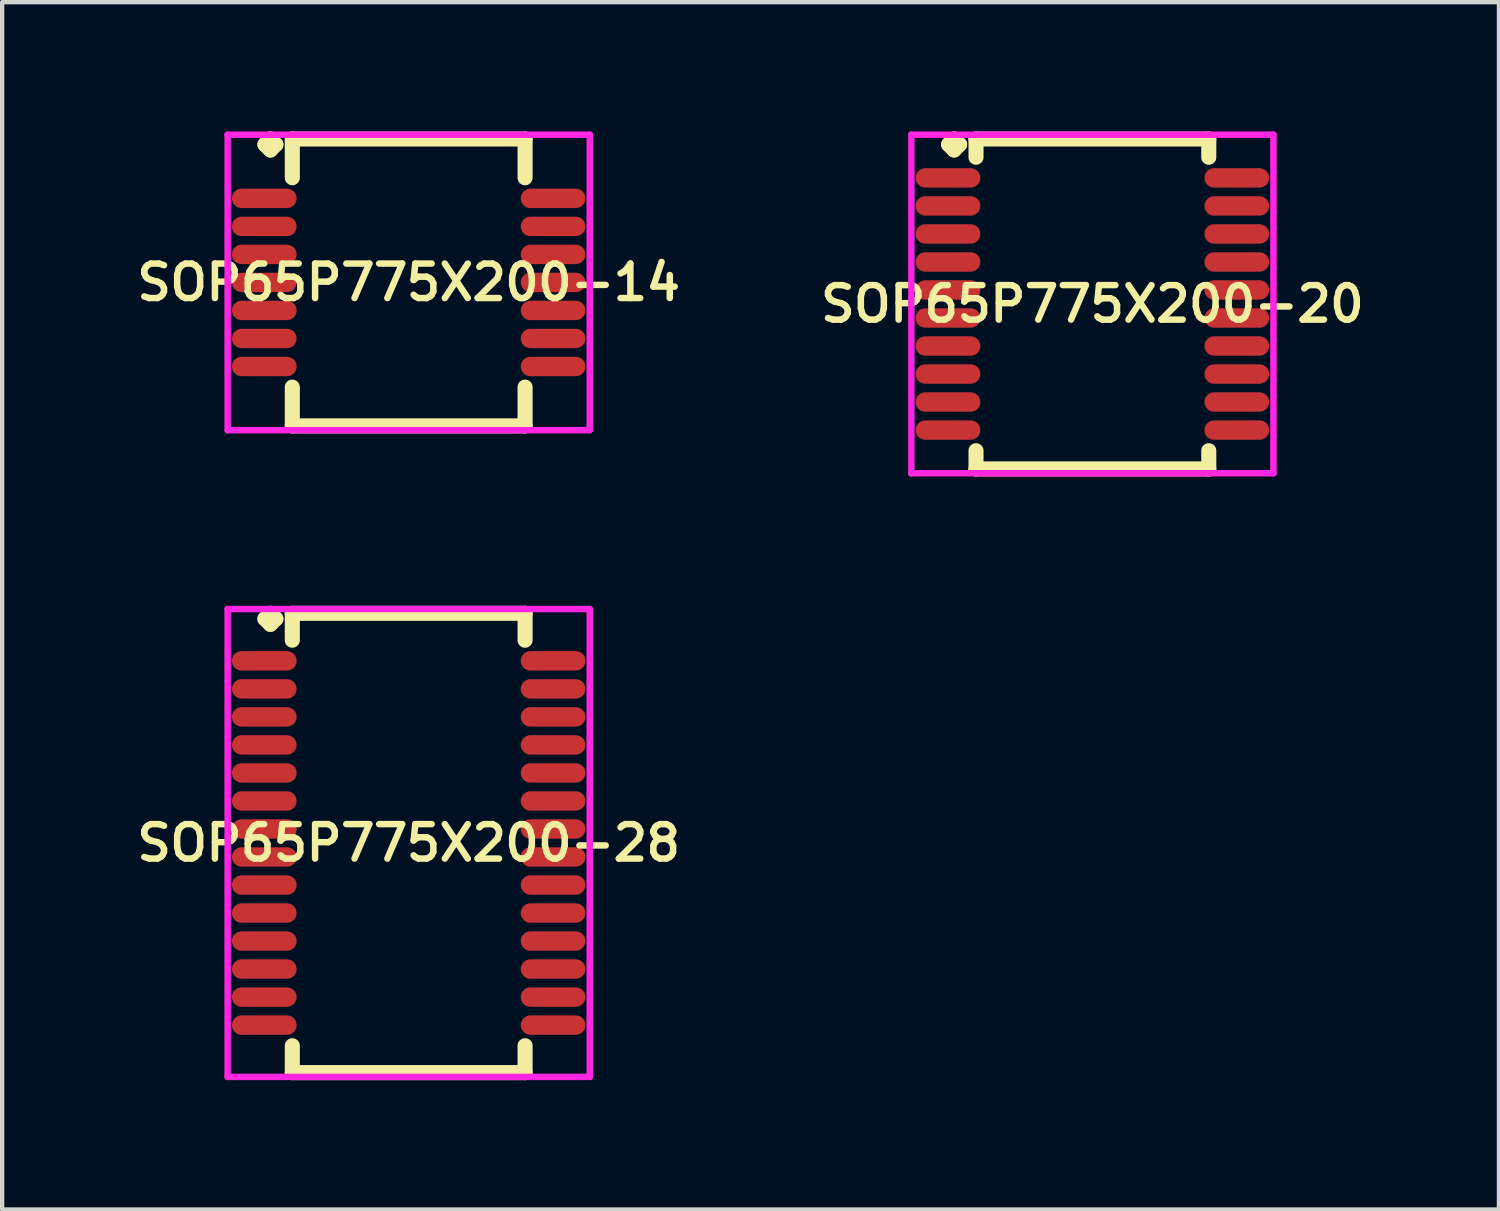
<source format=kicad_pcb>
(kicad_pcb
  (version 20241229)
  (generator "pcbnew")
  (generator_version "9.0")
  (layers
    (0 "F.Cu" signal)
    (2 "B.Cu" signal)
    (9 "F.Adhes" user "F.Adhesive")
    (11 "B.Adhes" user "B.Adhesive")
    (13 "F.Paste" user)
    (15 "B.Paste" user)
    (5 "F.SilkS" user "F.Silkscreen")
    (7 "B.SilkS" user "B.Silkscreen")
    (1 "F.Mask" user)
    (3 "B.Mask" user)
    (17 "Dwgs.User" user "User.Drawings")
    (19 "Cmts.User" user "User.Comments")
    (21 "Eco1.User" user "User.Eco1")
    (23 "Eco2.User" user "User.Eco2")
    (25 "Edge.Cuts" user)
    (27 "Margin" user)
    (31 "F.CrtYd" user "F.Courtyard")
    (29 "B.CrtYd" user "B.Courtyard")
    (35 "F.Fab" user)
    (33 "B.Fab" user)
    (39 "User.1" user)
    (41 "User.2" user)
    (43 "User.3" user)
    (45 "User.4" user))
  (footprint "SOP65P775X200-20"
    (layer "F.Cu")
    (at 22.292 4.002)
    (property "Reference" "SOP65P775X200-20" (at 0 0 0) (layer "F.SilkS") (effects (font (size 0.8 0.8) (thickness 0.15))))
    (attr through_hole)
    (fp_line (start -3.335 -3.7) (end -3.208 -3.827) (stroke (width 0.35) (type solid)) (layer "F.SilkS"))
    (fp_line (start -3.208 -3.827) (end -3.081 -3.7) (stroke (width 0.35) (type solid)) (layer "F.SilkS"))
    (fp_line (start -3.208 -3.573) (end -3.335 -3.7) (stroke (width 0.35) (type solid)) (layer "F.SilkS"))
    (fp_line (start -3.081 -3.7) (end -3.208 -3.573) (stroke (width 0.35) (type solid)) (layer "F.SilkS"))
    (fp_line (start -2.7 -3.827) (end 2.7 -3.827) (stroke (width 0.35) (type solid)) (layer "F.SilkS"))
    (fp_line (start -2.7 -3.404) (end -2.7 -3.827) (stroke (width 0.35) (type solid)) (layer "F.SilkS"))
    (fp_line (start -2.7 3.404) (end -2.7 3.827) (stroke (width 0.35) (type solid)) (layer "F.SilkS"))
    (fp_line (start -2.7 3.827) (end 2.7 3.827) (stroke (width 0.35) (type solid)) (layer "F.SilkS"))
    (fp_line (start 2.7 -3.827) (end 2.7 -3.404) (stroke (width 0.35) (type solid)) (layer "F.SilkS"))
    (fp_line (start 2.7 3.827) (end 2.7 3.404) (stroke (width 0.35) (type solid)) (layer "F.SilkS"))
    (fp_line (start -4.2 -3.927) (end 4.2 -3.927) (stroke (width 0.15) (type solid)) (layer "F.CrtYd"))
    (fp_line (start -4.2 3.927) (end -4.2 -3.927) (stroke (width 0.15) (type solid)) (layer "F.CrtYd"))
    (fp_line (start 4.2 -3.927) (end 4.2 3.927) (stroke (width 0.15) (type solid)) (layer "F.CrtYd"))
    (fp_line (start 4.2 3.927) (end -4.2 3.927) (stroke (width 0.15) (type solid)) (layer "F.CrtYd"))
    (pad "1" smd oval (at -3.35 -2.925) (size 1.5 0.45) (layers "F.Cu" "F.Mask" "F.Paste"))
    (pad "2" smd oval (at -3.35 -2.275) (size 1.5 0.45) (layers "F.Cu" "F.Mask" "F.Paste"))
    (pad "3" smd oval (at -3.35 -1.625) (size 1.5 0.45) (layers "F.Cu" "F.Mask" "F.Paste"))
    (pad "4" smd oval (at -3.35 -0.975) (size 1.5 0.45) (layers "F.Cu" "F.Mask" "F.Paste"))
    (pad "5" smd oval (at -3.35 -0.325) (size 1.5 0.45) (layers "F.Cu" "F.Mask" "F.Paste"))
    (pad "6" smd oval (at -3.35 0.325) (size 1.5 0.45) (layers "F.Cu" "F.Mask" "F.Paste"))
    (pad "7" smd oval (at -3.35 0.975) (size 1.5 0.45) (layers "F.Cu" "F.Mask" "F.Paste"))
    (pad "8" smd oval (at -3.35 1.625) (size 1.5 0.45) (layers "F.Cu" "F.Mask" "F.Paste"))
    (pad "9" smd oval (at -3.35 2.275) (size 1.5 0.45) (layers "F.Cu" "F.Mask" "F.Paste"))
    (pad "10" smd oval (at -3.35 2.925) (size 1.5 0.45) (layers "F.Cu" "F.Mask" "F.Paste"))
    (pad "11" smd oval (at 3.35 2.925) (size 1.5 0.45) (layers "F.Cu" "F.Mask" "F.Paste"))
    (pad "12" smd oval (at 3.35 2.275) (size 1.5 0.45) (layers "F.Cu" "F.Mask" "F.Paste"))
    (pad "13" smd oval (at 3.35 1.625) (size 1.5 0.45) (layers "F.Cu" "F.Mask" "F.Paste"))
    (pad "14" smd oval (at 3.35 0.975) (size 1.5 0.45) (layers "F.Cu" "F.Mask" "F.Paste"))
    (pad "15" smd oval (at 3.35 0.325) (size 1.5 0.45) (layers "F.Cu" "F.Mask" "F.Paste"))
    (pad "16" smd oval (at 3.35 -0.325) (size 1.5 0.45) (layers "F.Cu" "F.Mask" "F.Paste"))
    (pad "17" smd oval (at 3.35 -0.975) (size 1.5 0.45) (layers "F.Cu" "F.Mask" "F.Paste"))
    (pad "18" smd oval (at 3.35 -1.625) (size 1.5 0.45) (layers "F.Cu" "F.Mask" "F.Paste"))
    (pad "19" smd oval (at 3.35 -2.275) (size 1.5 0.45) (layers "F.Cu" "F.Mask" "F.Paste"))
    (pad "20" smd oval (at 3.35 -2.925) (size 1.5 0.45) (layers "F.Cu" "F.Mask" "F.Paste")))
  (footprint "SOP65P775X200-14"
    (layer "F.Cu")
    (at 6.431 3.502)
    (property "Reference" "SOP65P775X200-14" (at 0 0 0) (layer "F.SilkS") (effects (font (size 0.8 0.8) (thickness 0.15))))
    (attr smd)
    (fp_line (start -3.335 -3.2) (end -3.208 -3.327) (stroke (width 0.35) (type solid)) (layer "F.SilkS"))
    (fp_line (start -3.208 -3.327) (end -3.081 -3.2) (stroke (width 0.35) (type solid)) (layer "F.SilkS"))
    (fp_line (start -3.208 -3.073) (end -3.335 -3.2) (stroke (width 0.35) (type solid)) (layer "F.SilkS"))
    (fp_line (start -3.081 -3.2) (end -3.208 -3.073) (stroke (width 0.35) (type solid)) (layer "F.SilkS"))
    (fp_line (start -2.7 -3.327) (end 2.7 -3.327) (stroke (width 0.35) (type solid)) (layer "F.SilkS"))
    (fp_line (start -2.7 -2.429) (end -2.7 -3.327) (stroke (width 0.35) (type solid)) (layer "F.SilkS"))
    (fp_line (start -2.7 2.429) (end -2.7 3.327) (stroke (width 0.35) (type solid)) (layer "F.SilkS"))
    (fp_line (start -2.7 3.327) (end 2.7 3.327) (stroke (width 0.35) (type solid)) (layer "F.SilkS"))
    (fp_line (start 2.7 -3.327) (end 2.7 -2.429) (stroke (width 0.35) (type solid)) (layer "F.SilkS"))
    (fp_line (start 2.7 3.327) (end 2.7 2.429) (stroke (width 0.35) (type solid)) (layer "F.SilkS"))
    (fp_line (start -4.2 -3.427) (end 4.2 -3.427) (stroke (width 0.15) (type solid)) (layer "F.CrtYd"))
    (fp_line (start -4.2 3.427) (end -4.2 -3.427) (stroke (width 0.15) (type solid)) (layer "F.CrtYd"))
    (fp_line (start 4.2 -3.427) (end 4.2 3.427) (stroke (width 0.15) (type solid)) (layer "F.CrtYd"))
    (fp_line (start 4.2 3.427) (end -4.2 3.427) (stroke (width 0.15) (type solid)) (layer "F.CrtYd"))
    (pad "1" smd oval (at -3.35 -1.95) (size 1.5 0.45) (layers "F.Cu" "F.Mask" "F.Paste"))
    (pad "2" smd oval (at -3.35 -1.3) (size 1.5 0.45) (layers "F.Cu" "F.Mask" "F.Paste"))
    (pad "3" smd oval (at -3.35 -0.65) (size 1.5 0.45) (layers "F.Cu" "F.Mask" "F.Paste"))
    (pad "4" smd oval (at -3.35 0) (size 1.5 0.45) (layers "F.Cu" "F.Mask" "F.Paste"))
    (pad "5" smd oval (at -3.35 0.65) (size 1.5 0.45) (layers "F.Cu" "F.Mask" "F.Paste"))
    (pad "6" smd oval (at -3.35 1.3) (size 1.5 0.45) (layers "F.Cu" "F.Mask" "F.Paste"))
    (pad "7" smd oval (at -3.35 1.95) (size 1.5 0.45) (layers "F.Cu" "F.Mask" "F.Paste"))
    (pad "8" smd oval (at 3.35 1.95) (size 1.5 0.45) (layers "F.Cu" "F.Mask" "F.Paste"))
    (pad "9" smd oval (at 3.35 1.3) (size 1.5 0.45) (layers "F.Cu" "F.Mask" "F.Paste"))
    (pad "10" smd oval (at 3.35 0.65) (size 1.5 0.45) (layers "F.Cu" "F.Mask" "F.Paste"))
    (pad "11" smd oval (at 3.35 0) (size 1.5 0.45) (layers "F.Cu" "F.Mask" "F.Paste"))
    (pad "12" smd oval (at 3.35 -0.65) (size 1.5 0.45) (layers "F.Cu" "F.Mask" "F.Paste"))
    (pad "13" smd oval (at 3.35 -1.3) (size 1.5 0.45) (layers "F.Cu" "F.Mask" "F.Paste"))
    (pad "14" smd oval (at 3.35 -1.95) (size 1.5 0.45) (layers "F.Cu" "F.Mask" "F.Paste")))
  (footprint "SOP65P775X200-28"
    (layer "F.Cu")
    (at 6.431 16.506)
    (property "Reference" "SOP65P775X200-28" (at 0 0 0) (layer "F.SilkS") (effects (font (size 0.8 0.8) (thickness 0.15))))
    (attr through_hole)
    (fp_line (start -3.335 -5.2) (end -3.208 -5.327) (stroke (width 0.35) (type solid)) (layer "F.SilkS"))
    (fp_line (start -3.208 -5.327) (end -3.081 -5.2) (stroke (width 0.35) (type solid)) (layer "F.SilkS"))
    (fp_line (start -3.208 -5.073) (end -3.335 -5.2) (stroke (width 0.35) (type solid)) (layer "F.SilkS"))
    (fp_line (start -3.081 -5.2) (end -3.208 -5.073) (stroke (width 0.35) (type solid)) (layer "F.SilkS"))
    (fp_line (start -2.7 -5.327) (end 2.7 -5.327) (stroke (width 0.35) (type solid)) (layer "F.SilkS"))
    (fp_line (start -2.7 -4.704) (end -2.7 -5.327) (stroke (width 0.35) (type solid)) (layer "F.SilkS"))
    (fp_line (start -2.7 4.704) (end -2.7 5.327) (stroke (width 0.35) (type solid)) (layer "F.SilkS"))
    (fp_line (start -2.7 5.327) (end 2.7 5.327) (stroke (width 0.35) (type solid)) (layer "F.SilkS"))
    (fp_line (start 2.7 -5.327) (end 2.7 -4.704) (stroke (width 0.35) (type solid)) (layer "F.SilkS"))
    (fp_line (start 2.7 5.327) (end 2.7 4.704) (stroke (width 0.35) (type solid)) (layer "F.SilkS"))
    (fp_line (start -4.2 -5.427) (end 4.2 -5.427) (stroke (width 0.15) (type solid)) (layer "F.CrtYd"))
    (fp_line (start -4.2 5.427) (end -4.2 -5.427) (stroke (width 0.15) (type solid)) (layer "F.CrtYd"))
    (fp_line (start 4.2 -5.427) (end 4.2 5.427) (stroke (width 0.15) (type solid)) (layer "F.CrtYd"))
    (fp_line (start 4.2 5.427) (end -4.2 5.427) (stroke (width 0.15) (type solid)) (layer "F.CrtYd"))
    (pad "1" smd oval (at -3.35 -4.225) (size 1.5 0.45) (layers "F.Cu" "F.Mask" "F.Paste"))
    (pad "2" smd oval (at -3.35 -3.575) (size 1.5 0.45) (layers "F.Cu" "F.Mask" "F.Paste"))
    (pad "3" smd oval (at -3.35 -2.925) (size 1.5 0.45) (layers "F.Cu" "F.Mask" "F.Paste"))
    (pad "4" smd oval (at -3.35 -2.275) (size 1.5 0.45) (layers "F.Cu" "F.Mask" "F.Paste"))
    (pad "5" smd oval (at -3.35 -1.625) (size 1.5 0.45) (layers "F.Cu" "F.Mask" "F.Paste"))
    (pad "6" smd oval (at -3.35 -0.975) (size 1.5 0.45) (layers "F.Cu" "F.Mask" "F.Paste"))
    (pad "7" smd oval (at -3.35 -0.325) (size 1.5 0.45) (layers "F.Cu" "F.Mask" "F.Paste"))
    (pad "8" smd oval (at -3.35 0.325) (size 1.5 0.45) (layers "F.Cu" "F.Mask" "F.Paste"))
    (pad "9" smd oval (at -3.35 0.975) (size 1.5 0.45) (layers "F.Cu" "F.Mask" "F.Paste"))
    (pad "10" smd oval (at -3.35 1.625) (size 1.5 0.45) (layers "F.Cu" "F.Mask" "F.Paste"))
    (pad "11" smd oval (at -3.35 2.275) (size 1.5 0.45) (layers "F.Cu" "F.Mask" "F.Paste"))
    (pad "12" smd oval (at -3.35 2.925) (size 1.5 0.45) (layers "F.Cu" "F.Mask" "F.Paste"))
    (pad "13" smd oval (at -3.35 3.575) (size 1.5 0.45) (layers "F.Cu" "F.Mask" "F.Paste"))
    (pad "14" smd oval (at -3.35 4.225) (size 1.5 0.45) (layers "F.Cu" "F.Mask" "F.Paste"))
    (pad "15" smd oval (at 3.35 4.225) (size 1.5 0.45) (layers "F.Cu" "F.Mask" "F.Paste"))
    (pad "16" smd oval (at 3.35 3.575) (size 1.5 0.45) (layers "F.Cu" "F.Mask" "F.Paste"))
    (pad "17" smd oval (at 3.35 2.925) (size 1.5 0.45) (layers "F.Cu" "F.Mask" "F.Paste"))
    (pad "18" smd oval (at 3.35 2.275) (size 1.5 0.45) (layers "F.Cu" "F.Mask" "F.Paste"))
    (pad "19" smd oval (at 3.35 1.625) (size 1.5 0.45) (layers "F.Cu" "F.Mask" "F.Paste"))
    (pad "20" smd oval (at 3.35 0.975) (size 1.5 0.45) (layers "F.Cu" "F.Mask" "F.Paste"))
    (pad "21" smd oval (at 3.35 0.325) (size 1.5 0.45) (layers "F.Cu" "F.Mask" "F.Paste"))
    (pad "22" smd oval (at 3.35 -0.325) (size 1.5 0.45) (layers "F.Cu" "F.Mask" "F.Paste"))
    (pad "23" smd oval (at 3.35 -0.975) (size 1.5 0.45) (layers "F.Cu" "F.Mask" "F.Paste"))
    (pad "24" smd oval (at 3.35 -1.625) (size 1.5 0.45) (layers "F.Cu" "F.Mask" "F.Paste"))
    (pad "25" smd oval (at 3.35 -2.275) (size 1.5 0.45) (layers "F.Cu" "F.Mask" "F.Paste"))
    (pad "26" smd oval (at 3.35 -2.925) (size 1.5 0.45) (layers "F.Cu" "F.Mask" "F.Paste"))
    (pad "27" smd oval (at 3.35 -3.575) (size 1.5 0.45) (layers "F.Cu" "F.Mask" "F.Paste"))
    (pad "28" smd oval (at 3.35 -4.225) (size 1.5 0.45) (layers "F.Cu" "F.Mask" "F.Paste")))
  (gr_rect
    (start -3 -3)
    (end 31.723 25.008)
    (stroke (width 0.1) (type default))
    (fill no)
    (layer "Edge.Cuts")))
</source>
